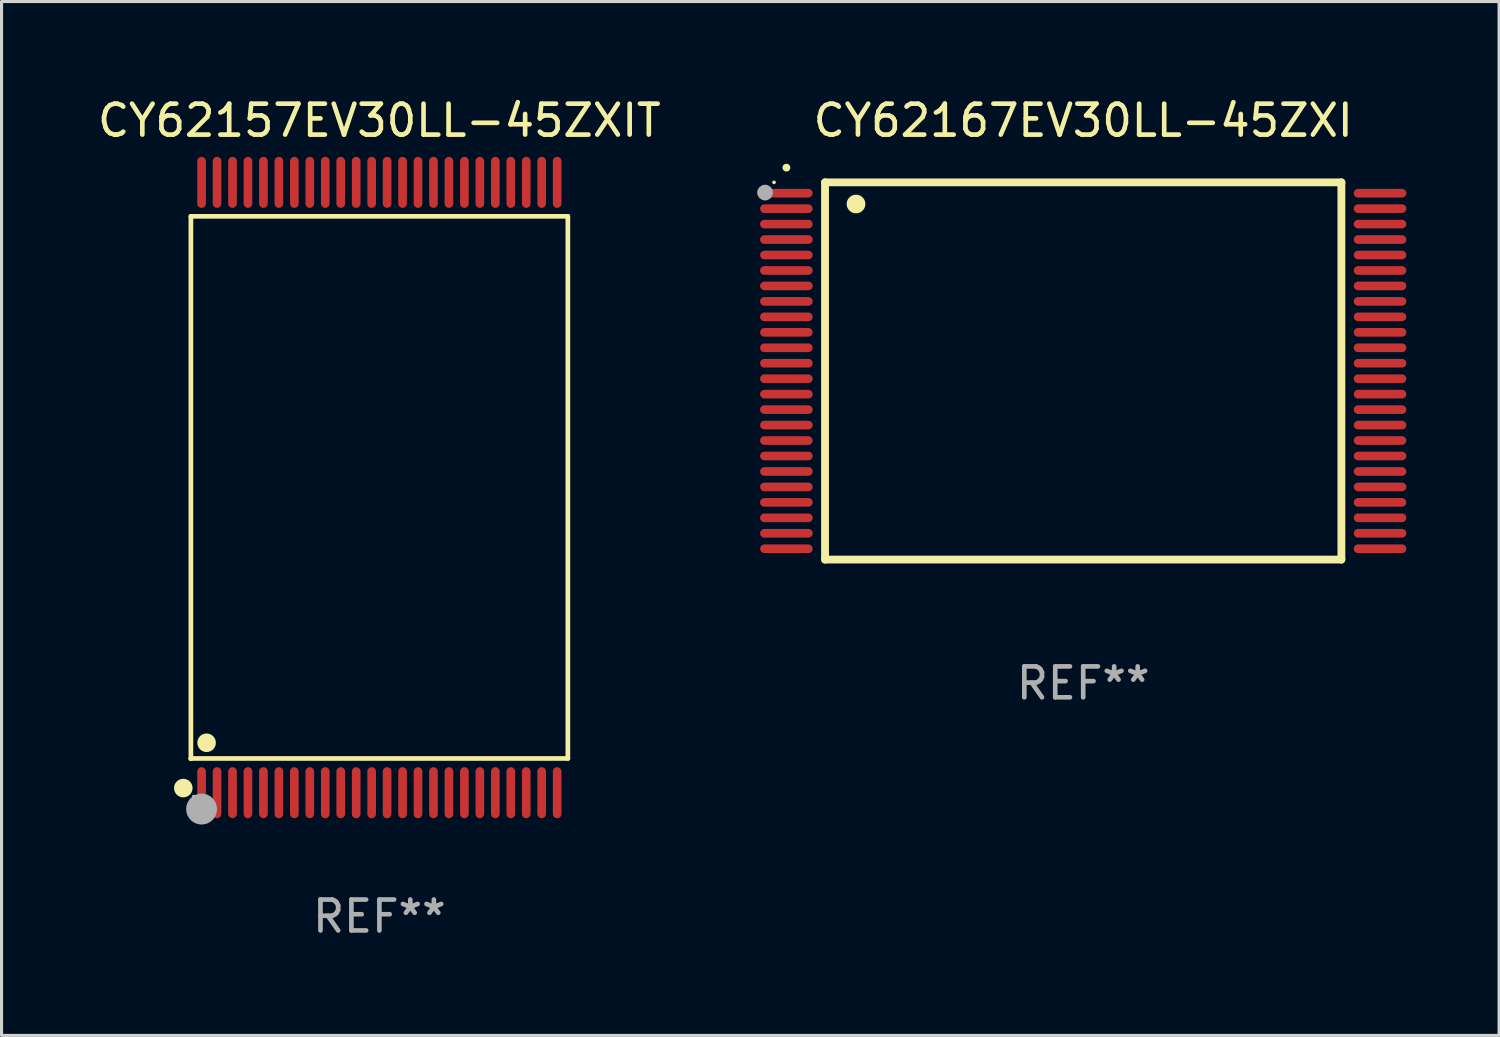
<source format=kicad_pcb>
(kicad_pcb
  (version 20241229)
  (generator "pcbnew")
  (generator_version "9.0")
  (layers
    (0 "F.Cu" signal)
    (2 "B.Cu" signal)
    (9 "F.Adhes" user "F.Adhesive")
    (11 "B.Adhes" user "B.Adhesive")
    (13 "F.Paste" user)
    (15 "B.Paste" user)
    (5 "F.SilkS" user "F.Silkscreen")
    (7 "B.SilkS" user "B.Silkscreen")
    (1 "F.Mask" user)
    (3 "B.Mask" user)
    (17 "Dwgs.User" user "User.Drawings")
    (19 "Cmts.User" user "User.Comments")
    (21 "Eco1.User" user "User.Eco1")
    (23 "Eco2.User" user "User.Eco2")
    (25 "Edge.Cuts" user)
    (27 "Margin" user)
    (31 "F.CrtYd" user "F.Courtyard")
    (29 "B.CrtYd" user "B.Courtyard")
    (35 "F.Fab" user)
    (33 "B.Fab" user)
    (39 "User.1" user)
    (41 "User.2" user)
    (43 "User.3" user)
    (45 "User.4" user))
  (footprint "CY62167EV30LL-45ZXI"
    (layer "F.Cu")
    (at 31.984 8.948)
    (property "Reference" "CY62167EV30LL-45ZXI" (at 0 -8.1 0) (layer "F.SilkS") (effects (font (size 1 1) (thickness 0.15))))
    (attr through_hole)
    (fp_line (start -8.35 -6.1) (end 8.35 -6.1) (stroke (width 0.254) (type solid)) (layer "F.SilkS"))
    (fp_line (start -8.35 6.1) (end -8.35 -6.1) (stroke (width 0.254) (type solid)) (layer "F.SilkS"))
    (fp_line (start 8.35 -6.1) (end 8.35 6.1) (stroke (width 0.254) (type solid)) (layer "F.SilkS"))
    (fp_line (start 8.35 6.1) (end -8.35 6.1) (stroke (width 0.254) (type solid)) (layer "F.SilkS"))
    (fp_arc (start -9.601219 -6.57606) (mid -9.599949 -6.576066) (end -9.598679 -6.57606) (stroke (width 0.25) (type solid)) (layer "F.SilkS"))
    (fp_arc (start -7.350775 -5.400038) (mid -7.348235 -5.400049) (end -7.345695 -5.400038) (stroke (width 0.6) (type solid)) (layer "F.SilkS"))
    (fp_circle (center -10 -6.1) (end -9.97 -6.1) (stroke (width 0.06) (type solid)) (fill no) (layer "F.SilkS"))
    (fp_circle (center -10.29 -5.77) (end -10.163 -5.77) (stroke (width 0.254) (type solid)) (fill no) (layer "F.Fab"))
    (fp_text user "REF**" (at 0 10.1 0) (layer "F.Fab") (effects (font (size 1 1) (thickness 0.15))))
    (pad "1" smd oval (at -9.6 -5.75 90) (size 0.28 1.7) (layers "F.Cu" "F.Mask" "F.Paste"))
    (pad "2" smd oval (at -9.6 -5.25 90) (size 0.28 1.7) (layers "F.Cu" "F.Mask" "F.Paste"))
    (pad "3" smd oval (at -9.6 -4.75 90) (size 0.28 1.7) (layers "F.Cu" "F.Mask" "F.Paste"))
    (pad "4" smd oval (at -9.6 -4.25 90) (size 0.28 1.7) (layers "F.Cu" "F.Mask" "F.Paste"))
    (pad "5" smd oval (at -9.6 -3.75 90) (size 0.28 1.7) (layers "F.Cu" "F.Mask" "F.Paste"))
    (pad "6" smd oval (at -9.6 -3.25 90) (size 0.28 1.7) (layers "F.Cu" "F.Mask" "F.Paste"))
    (pad "7" smd oval (at -9.6 -2.75 90) (size 0.28 1.7) (layers "F.Cu" "F.Mask" "F.Paste"))
    (pad "8" smd oval (at -9.6 -2.25 90) (size 0.28 1.7) (layers "F.Cu" "F.Mask" "F.Paste"))
    (pad "9" smd oval (at -9.6 -1.75 90) (size 0.28 1.7) (layers "F.Cu" "F.Mask" "F.Paste"))
    (pad "10" smd oval (at -9.6 -1.25 90) (size 0.28 1.7) (layers "F.Cu" "F.Mask" "F.Paste"))
    (pad "11" smd oval (at -9.6 -0.75 90) (size 0.28 1.7) (layers "F.Cu" "F.Mask" "F.Paste"))
    (pad "12" smd oval (at -9.6 -0.25 90) (size 0.28 1.7) (layers "F.Cu" "F.Mask" "F.Paste"))
    (pad "13" smd oval (at -9.6 0.25 90) (size 0.28 1.7) (layers "F.Cu" "F.Mask" "F.Paste"))
    (pad "14" smd oval (at -9.6 0.75 90) (size 0.28 1.7) (layers "F.Cu" "F.Mask" "F.Paste"))
    (pad "15" smd oval (at -9.6 1.25 90) (size 0.28 1.7) (layers "F.Cu" "F.Mask" "F.Paste"))
    (pad "16" smd oval (at -9.6 1.75 90) (size 0.28 1.7) (layers "F.Cu" "F.Mask" "F.Paste"))
    (pad "17" smd oval (at -9.6 2.25 90) (size 0.28 1.7) (layers "F.Cu" "F.Mask" "F.Paste"))
    (pad "18" smd oval (at -9.6 2.75 90) (size 0.28 1.7) (layers "F.Cu" "F.Mask" "F.Paste"))
    (pad "19" smd oval (at -9.6 3.25 90) (size 0.28 1.7) (layers "F.Cu" "F.Mask" "F.Paste"))
    (pad "20" smd oval (at -9.6 3.75 90) (size 0.28 1.7) (layers "F.Cu" "F.Mask" "F.Paste"))
    (pad "21" smd oval (at -9.6 4.25 90) (size 0.28 1.7) (layers "F.Cu" "F.Mask" "F.Paste"))
    (pad "22" smd oval (at -9.6 4.75 90) (size 0.28 1.7) (layers "F.Cu" "F.Mask" "F.Paste"))
    (pad "23" smd oval (at -9.6 5.25 90) (size 0.28 1.7) (layers "F.Cu" "F.Mask" "F.Paste"))
    (pad "24" smd oval (at -9.6 5.75 90) (size 0.28 1.7) (layers "F.Cu" "F.Mask" "F.Paste"))
    (pad "25" smd oval (at 9.6 5.75 90) (size 0.28 1.7) (layers "F.Cu" "F.Mask" "F.Paste"))
    (pad "26" smd oval (at 9.6 5.25 90) (size 0.28 1.7) (layers "F.Cu" "F.Mask" "F.Paste"))
    (pad "27" smd oval (at 9.6 4.75 90) (size 0.28 1.7) (layers "F.Cu" "F.Mask" "F.Paste"))
    (pad "28" smd oval (at 9.6 4.25 90) (size 0.28 1.7) (layers "F.Cu" "F.Mask" "F.Paste"))
    (pad "29" smd oval (at 9.6 3.75 90) (size 0.28 1.7) (layers "F.Cu" "F.Mask" "F.Paste"))
    (pad "30" smd oval (at 9.6 3.25 90) (size 0.28 1.7) (layers "F.Cu" "F.Mask" "F.Paste"))
    (pad "31" smd oval (at 9.6 2.75 90) (size 0.28 1.7) (layers "F.Cu" "F.Mask" "F.Paste"))
    (pad "32" smd oval (at 9.6 2.25 90) (size 0.28 1.7) (layers "F.Cu" "F.Mask" "F.Paste"))
    (pad "33" smd oval (at 9.6 1.75 90) (size 0.28 1.7) (layers "F.Cu" "F.Mask" "F.Paste"))
    (pad "34" smd oval (at 9.6 1.25 90) (size 0.28 1.7) (layers "F.Cu" "F.Mask" "F.Paste"))
    (pad "35" smd oval (at 9.6 0.75 90) (size 0.28 1.7) (layers "F.Cu" "F.Mask" "F.Paste"))
    (pad "36" smd oval (at 9.6 0.25 90) (size 0.28 1.7) (layers "F.Cu" "F.Mask" "F.Paste"))
    (pad "37" smd oval (at 9.6 -0.25 90) (size 0.28 1.7) (layers "F.Cu" "F.Mask" "F.Paste"))
    (pad "38" smd oval (at 9.6 -0.75 90) (size 0.28 1.7) (layers "F.Cu" "F.Mask" "F.Paste"))
    (pad "39" smd oval (at 9.6 -1.25 90) (size 0.28 1.7) (layers "F.Cu" "F.Mask" "F.Paste"))
    (pad "40" smd oval (at 9.6 -1.75 90) (size 0.28 1.7) (layers "F.Cu" "F.Mask" "F.Paste"))
    (pad "41" smd oval (at 9.6 -2.25 90) (size 0.28 1.7) (layers "F.Cu" "F.Mask" "F.Paste"))
    (pad "42" smd oval (at 9.6 -2.75 90) (size 0.28 1.7) (layers "F.Cu" "F.Mask" "F.Paste"))
    (pad "43" smd oval (at 9.6 -3.25 90) (size 0.28 1.7) (layers "F.Cu" "F.Mask" "F.Paste"))
    (pad "44" smd oval (at 9.6 -3.75 90) (size 0.28 1.7) (layers "F.Cu" "F.Mask" "F.Paste"))
    (pad "45" smd oval (at 9.6 -4.25 90) (size 0.28 1.7) (layers "F.Cu" "F.Mask" "F.Paste"))
    (pad "46" smd oval (at 9.6 -4.75 90) (size 0.28 1.7) (layers "F.Cu" "F.Mask" "F.Paste"))
    (pad "47" smd oval (at 9.6 -5.25 90) (size 0.28 1.7) (layers "F.Cu" "F.Mask" "F.Paste"))
    (pad "48" smd oval (at 9.6 -5.75 90) (size 0.28 1.7) (layers "F.Cu" "F.Mask" "F.Paste")))
  (footprint "CY62157EV30LL-45ZXIT"
    (layer "F.Cu")
    (at 9.22 12.718)
    (property "Reference" "CY62157EV30LL-45ZXIT" (at 0 -11.87 0) (layer "F.SilkS") (effects (font (size 1 1) (thickness 0.15))))
    (attr through_hole)
    (fp_line (start -6.096 -8.771) (end 6.096 -8.771) (stroke (width 0.152) (type solid)) (layer "F.SilkS"))
    (fp_line (start -6.096 8.763) (end -6.096 8.771) (stroke (width 0.152) (type solid)) (layer "F.SilkS"))
    (fp_line (start -6.096 8.771) (end -6.096 -8.771) (stroke (width 0.152) (type solid)) (layer "F.SilkS"))
    (fp_line (start 6.096 -8.771) (end 6.096 8.763) (stroke (width 0.152) (type solid)) (layer "F.SilkS"))
    (fp_line (start 6.096 8.763) (end -6.096 8.763) (stroke (width 0.152) (type solid)) (layer "F.SilkS"))
    (fp_circle (center -6.342 9.72) (end -6.192 9.72) (stroke (width 0.3) (type solid)) (fill no) (layer "F.SilkS"))
    (fp_circle (center -6 10) (end -5.97 10) (stroke (width 0.06) (type solid)) (fill no) (layer "F.SilkS"))
    (fp_circle (center -5.588 8.255) (end -5.438 8.255) (stroke (width 0.3) (type solid)) (fill no) (layer "F.SilkS"))
    (fp_circle (center -5.75 10.4) (end -5.5 10.4) (stroke (width 0.5) (type solid)) (fill no) (layer "F.Fab"))
    (fp_text user "REF**" (at 0 13.87 0) (layer "F.Fab") (effects (font (size 1 1) (thickness 0.15))))
    (pad "1" smd oval (at -5.75 9.87) (size 0.28 1.65) (layers "F.Cu" "F.Mask" "F.Paste"))
    (pad "2" smd oval (at -5.25 9.87) (size 0.28 1.65) (layers "F.Cu" "F.Mask" "F.Paste"))
    (pad "3" smd oval (at -4.75 9.87) (size 0.28 1.65) (layers "F.Cu" "F.Mask" "F.Paste"))
    (pad "4" smd oval (at -4.25 9.87) (size 0.28 1.65) (layers "F.Cu" "F.Mask" "F.Paste"))
    (pad "5" smd oval (at -3.75 9.87) (size 0.28 1.65) (layers "F.Cu" "F.Mask" "F.Paste"))
    (pad "6" smd oval (at -3.25 9.87) (size 0.28 1.65) (layers "F.Cu" "F.Mask" "F.Paste"))
    (pad "7" smd oval (at -2.75 9.87) (size 0.28 1.65) (layers "F.Cu" "F.Mask" "F.Paste"))
    (pad "8" smd oval (at -2.25 9.87) (size 0.28 1.65) (layers "F.Cu" "F.Mask" "F.Paste"))
    (pad "9" smd oval (at -1.75 9.87) (size 0.28 1.65) (layers "F.Cu" "F.Mask" "F.Paste"))
    (pad "10" smd oval (at -1.25 9.87) (size 0.28 1.65) (layers "F.Cu" "F.Mask" "F.Paste"))
    (pad "11" smd oval (at -0.75 9.87) (size 0.28 1.65) (layers "F.Cu" "F.Mask" "F.Paste"))
    (pad "12" smd oval (at -0.25 9.87) (size 0.28 1.65) (layers "F.Cu" "F.Mask" "F.Paste"))
    (pad "13" smd oval (at 0.25 9.87) (size 0.28 1.65) (layers "F.Cu" "F.Mask" "F.Paste"))
    (pad "14" smd oval (at 0.75 9.87) (size 0.28 1.65) (layers "F.Cu" "F.Mask" "F.Paste"))
    (pad "15" smd oval (at 1.25 9.87) (size 0.28 1.65) (layers "F.Cu" "F.Mask" "F.Paste"))
    (pad "16" smd oval (at 1.75 9.87) (size 0.28 1.65) (layers "F.Cu" "F.Mask" "F.Paste"))
    (pad "17" smd oval (at 2.25 9.87) (size 0.28 1.65) (layers "F.Cu" "F.Mask" "F.Paste"))
    (pad "18" smd oval (at 2.75 9.87) (size 0.28 1.65) (layers "F.Cu" "F.Mask" "F.Paste"))
    (pad "19" smd oval (at 3.25 9.87) (size 0.28 1.65) (layers "F.Cu" "F.Mask" "F.Paste"))
    (pad "20" smd oval (at 3.75 9.87) (size 0.28 1.65) (layers "F.Cu" "F.Mask" "F.Paste"))
    (pad "21" smd oval (at 4.25 9.87) (size 0.28 1.65) (layers "F.Cu" "F.Mask" "F.Paste"))
    (pad "22" smd oval (at 4.75 9.87) (size 0.28 1.65) (layers "F.Cu" "F.Mask" "F.Paste"))
    (pad "23" smd oval (at 5.25 9.87) (size 0.28 1.65) (layers "F.Cu" "F.Mask" "F.Paste"))
    (pad "24" smd oval (at 5.75 9.87) (size 0.28 1.65) (layers "F.Cu" "F.Mask" "F.Paste"))
    (pad "25" smd oval (at 5.75 -9.87) (size 0.28 1.65) (layers "F.Cu" "F.Mask" "F.Paste"))
    (pad "26" smd oval (at 5.25 -9.87) (size 0.28 1.65) (layers "F.Cu" "F.Mask" "F.Paste"))
    (pad "27" smd oval (at 4.75 -9.87) (size 0.28 1.65) (layers "F.Cu" "F.Mask" "F.Paste"))
    (pad "28" smd oval (at 4.25 -9.87) (size 0.28 1.65) (layers "F.Cu" "F.Mask" "F.Paste"))
    (pad "29" smd oval (at 3.75 -9.87) (size 0.28 1.65) (layers "F.Cu" "F.Mask" "F.Paste"))
    (pad "30" smd oval (at 3.25 -9.87) (size 0.28 1.65) (layers "F.Cu" "F.Mask" "F.Paste"))
    (pad "31" smd oval (at 2.75 -9.87) (size 0.28 1.65) (layers "F.Cu" "F.Mask" "F.Paste"))
    (pad "32" smd oval (at 2.25 -9.87) (size 0.28 1.65) (layers "F.Cu" "F.Mask" "F.Paste"))
    (pad "33" smd oval (at 1.75 -9.87) (size 0.28 1.65) (layers "F.Cu" "F.Mask" "F.Paste"))
    (pad "34" smd oval (at 1.25 -9.87) (size 0.28 1.65) (layers "F.Cu" "F.Mask" "F.Paste"))
    (pad "35" smd oval (at 0.75 -9.87) (size 0.28 1.65) (layers "F.Cu" "F.Mask" "F.Paste"))
    (pad "36" smd oval (at 0.25 -9.87) (size 0.28 1.65) (layers "F.Cu" "F.Mask" "F.Paste"))
    (pad "37" smd oval (at -0.25 -9.87) (size 0.28 1.65) (layers "F.Cu" "F.Mask" "F.Paste"))
    (pad "38" smd oval (at -0.75 -9.87) (size 0.28 1.65) (layers "F.Cu" "F.Mask" "F.Paste"))
    (pad "39" smd oval (at -1.25 -9.87) (size 0.28 1.65) (layers "F.Cu" "F.Mask" "F.Paste"))
    (pad "40" smd oval (at -1.75 -9.87) (size 0.28 1.65) (layers "F.Cu" "F.Mask" "F.Paste"))
    (pad "41" smd oval (at -2.25 -9.87) (size 0.28 1.65) (layers "F.Cu" "F.Mask" "F.Paste"))
    (pad "42" smd oval (at -2.75 -9.87) (size 0.28 1.65) (layers "F.Cu" "F.Mask" "F.Paste"))
    (pad "43" smd oval (at -3.25 -9.87) (size 0.28 1.65) (layers "F.Cu" "F.Mask" "F.Paste"))
    (pad "44" smd oval (at -3.75 -9.87) (size 0.28 1.65) (layers "F.Cu" "F.Mask" "F.Paste"))
    (pad "45" smd oval (at -4.25 -9.87) (size 0.28 1.65) (layers "F.Cu" "F.Mask" "F.Paste"))
    (pad "46" smd oval (at -4.75 -9.87) (size 0.28 1.65) (layers "F.Cu" "F.Mask" "F.Paste"))
    (pad "47" smd oval (at -5.25 -9.87) (size 0.28 1.65) (layers "F.Cu" "F.Mask" "F.Paste"))
    (pad "48" smd oval (at -5.75 -9.87) (size 0.28 1.65) (layers "F.Cu" "F.Mask" "F.Paste")))
  (gr_rect
    (start -3 -3)
    (end 45.434 30.437)
    (stroke (width 0.1) (type default))
    (fill no)
    (layer "Edge.Cuts")))
</source>
